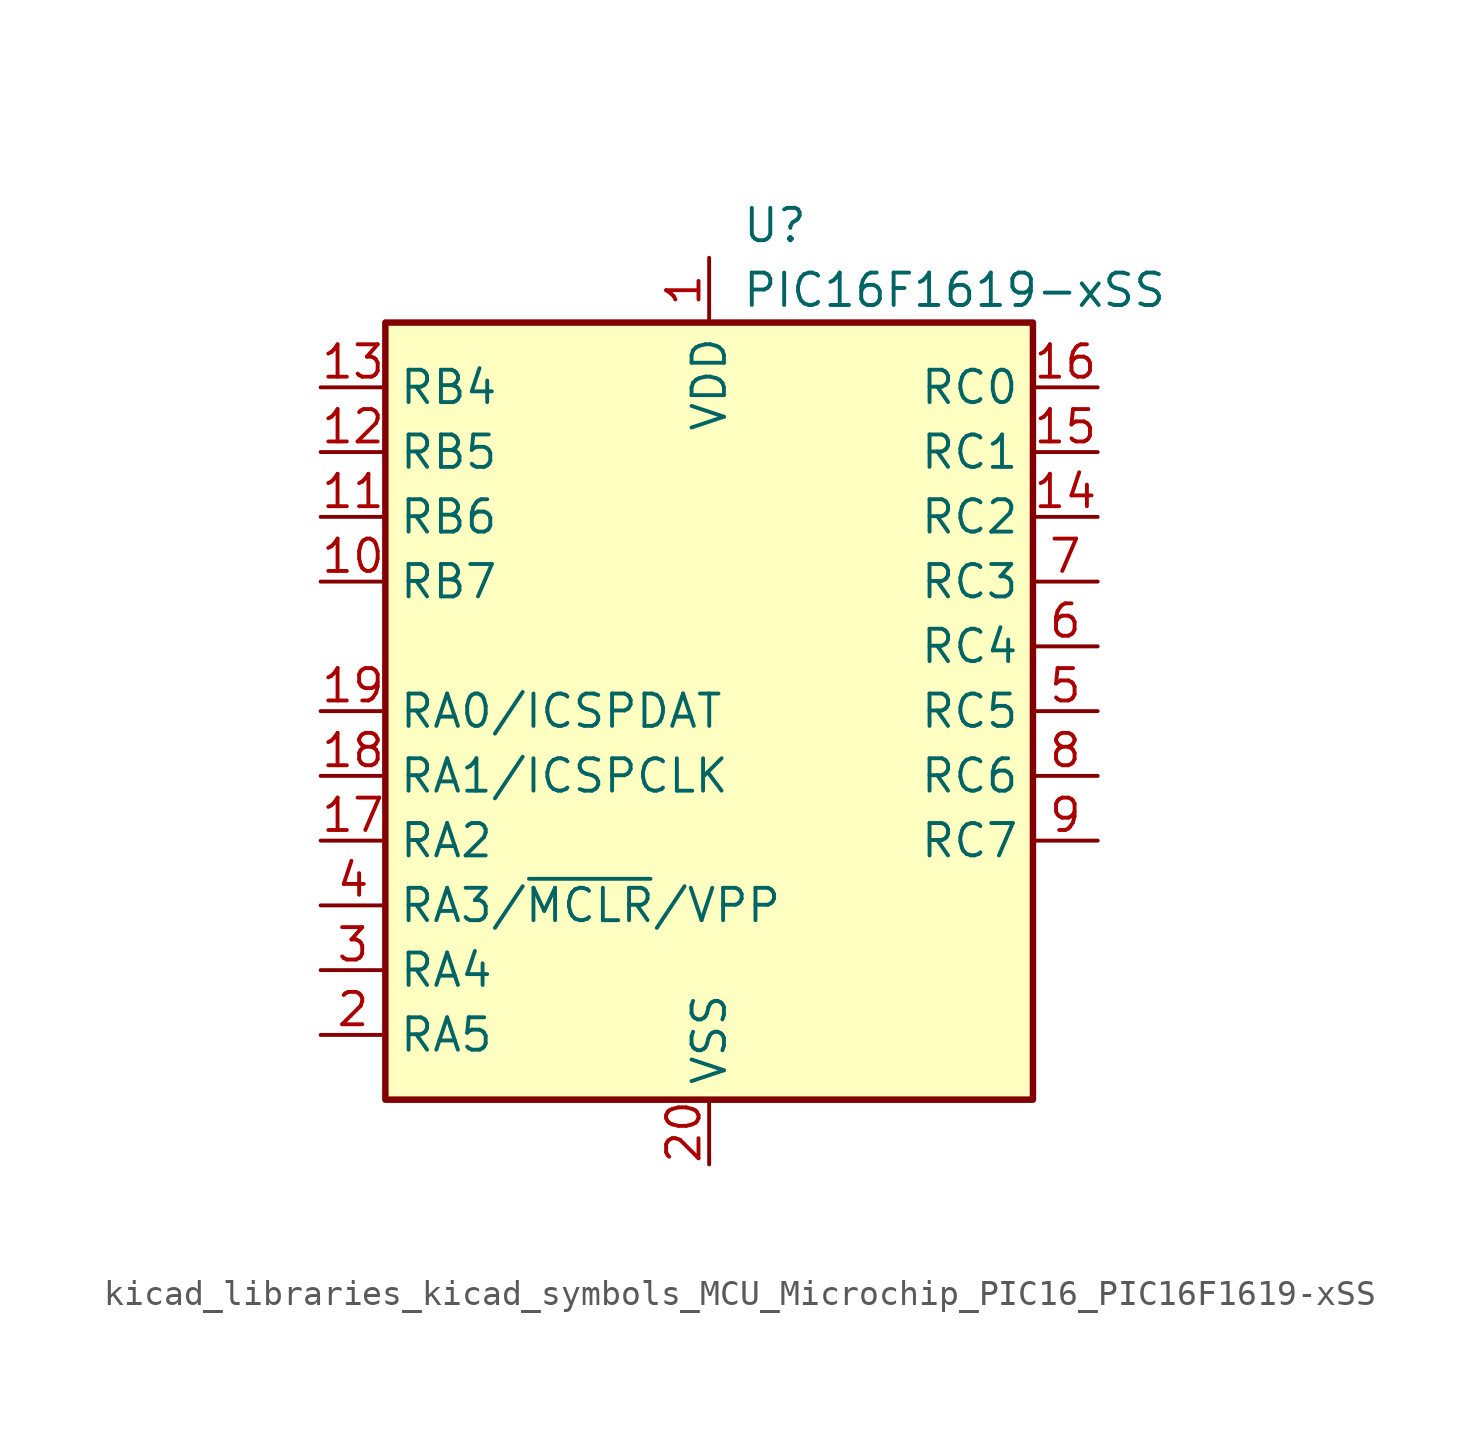
<source format=kicad_sym>
(kicad_symbol_lib
  (version 20220914)
  (generator kicad_symbol_editor)
  (symbol "kicad_libraries_kicad_symbols_MCU_Microchip_PIC16_PIC16F1619-xSS"
    (property "Reference" "U"
      (at 1.27 19.05 0)
      (effects (font (size 1.27 1.27)) (justify left)))
    (property "Value" "PIC16F1619-xSS"
      (at 1.27 16.51 0)
      (effects (font (size 1.27 1.27)) (justify left)))
    (symbol "kicad_libraries_kicad_symbols_MCU_Microchip_PIC16_PIC16F1619-xSS_0_1"
      (rectangle (start -12.7 15.24) (end 12.7 -15.24) (stroke (width 0.254) (type default)) (fill (type background))))
    (symbol "kicad_libraries_kicad_symbols_MCU_Microchip_PIC16_PIC16F1619-xSS_1_1"
      (pin power_in line (at 0 17.78 270) (length 2.54) (name "VDD" (effects (font (size 1.27 1.27)))) (number "1" (effects (font (size 1.27 1.27)))))
      (pin bidirectional line (at -15.24 5.08 0) (length 2.54) (name "RB7" (effects (font (size 1.27 1.27)))) (number "10" (effects (font (size 1.27 1.27)))))
      (pin bidirectional line (at -15.24 7.62 0) (length 2.54) (name "RB6" (effects (font (size 1.27 1.27)))) (number "11" (effects (font (size 1.27 1.27)))))
      (pin bidirectional line (at -15.24 10.16 0) (length 2.54) (name "RB5" (effects (font (size 1.27 1.27)))) (number "12" (effects (font (size 1.27 1.27)))))
      (pin bidirectional line (at -15.24 12.7 0) (length 2.54) (name "RB4" (effects (font (size 1.27 1.27)))) (number "13" (effects (font (size 1.27 1.27)))))
      (pin bidirectional line (at 15.24 7.62 180) (length 2.54) (name "RC2" (effects (font (size 1.27 1.27)))) (number "14" (effects (font (size 1.27 1.27)))))
      (pin bidirectional line (at 15.24 10.16 180) (length 2.54) (name "RC1" (effects (font (size 1.27 1.27)))) (number "15" (effects (font (size 1.27 1.27)))))
      (pin bidirectional line (at 15.24 12.7 180) (length 2.54) (name "RC0" (effects (font (size 1.27 1.27)))) (number "16" (effects (font (size 1.27 1.27)))))
      (pin bidirectional line (at -15.24 -5.08 0) (length 2.54) (name "RA2" (effects (font (size 1.27 1.27)))) (number "17" (effects (font (size 1.27 1.27)))))
      (pin bidirectional line (at -15.24 -2.54 0) (length 2.54) (name "RA1/ICSPCLK" (effects (font (size 1.27 1.27)))) (number "18" (effects (font (size 1.27 1.27)))))
      (pin bidirectional line (at -15.24 0 0) (length 2.54) (name "RA0/ICSPDAT" (effects (font (size 1.27 1.27)))) (number "19" (effects (font (size 1.27 1.27)))))
      (pin bidirectional line (at -15.24 -12.7 0) (length 2.54) (name "RA5" (effects (font (size 1.27 1.27)))) (number "2" (effects (font (size 1.27 1.27)))))
      (pin power_in line (at 0 -17.78 90) (length 2.54) (name "VSS" (effects (font (size 1.27 1.27)))) (number "20" (effects (font (size 1.27 1.27)))))
      (pin bidirectional line (at -15.24 -10.16 0) (length 2.54) (name "RA4" (effects (font (size 1.27 1.27)))) (number "3" (effects (font (size 1.27 1.27)))))
      (pin bidirectional line (at -15.24 -7.62 0) (length 2.54) (name "RA3/~{MCLR}/VPP" (effects (font (size 1.27 1.27)))) (number "4" (effects (font (size 1.27 1.27)))))
      (pin bidirectional line (at 15.24 0 180) (length 2.54) (name "RC5" (effects (font (size 1.27 1.27)))) (number "5" (effects (font (size 1.27 1.27)))))
      (pin bidirectional line (at 15.24 2.54 180) (length 2.54) (name "RC4" (effects (font (size 1.27 1.27)))) (number "6" (effects (font (size 1.27 1.27)))))
      (pin bidirectional line (at 15.24 5.08 180) (length 2.54) (name "RC3" (effects (font (size 1.27 1.27)))) (number "7" (effects (font (size 1.27 1.27)))))
      (pin bidirectional line (at 15.24 -2.54 180) (length 2.54) (name "RC6" (effects (font (size 1.27 1.27)))) (number "8" (effects (font (size 1.27 1.27)))))
      (pin bidirectional line (at 15.24 -5.08 180) (length 2.54) (name "RC7" (effects (font (size 1.27 1.27)))) (number "9" (effects (font (size 1.27 1.27))))))))
</source>
